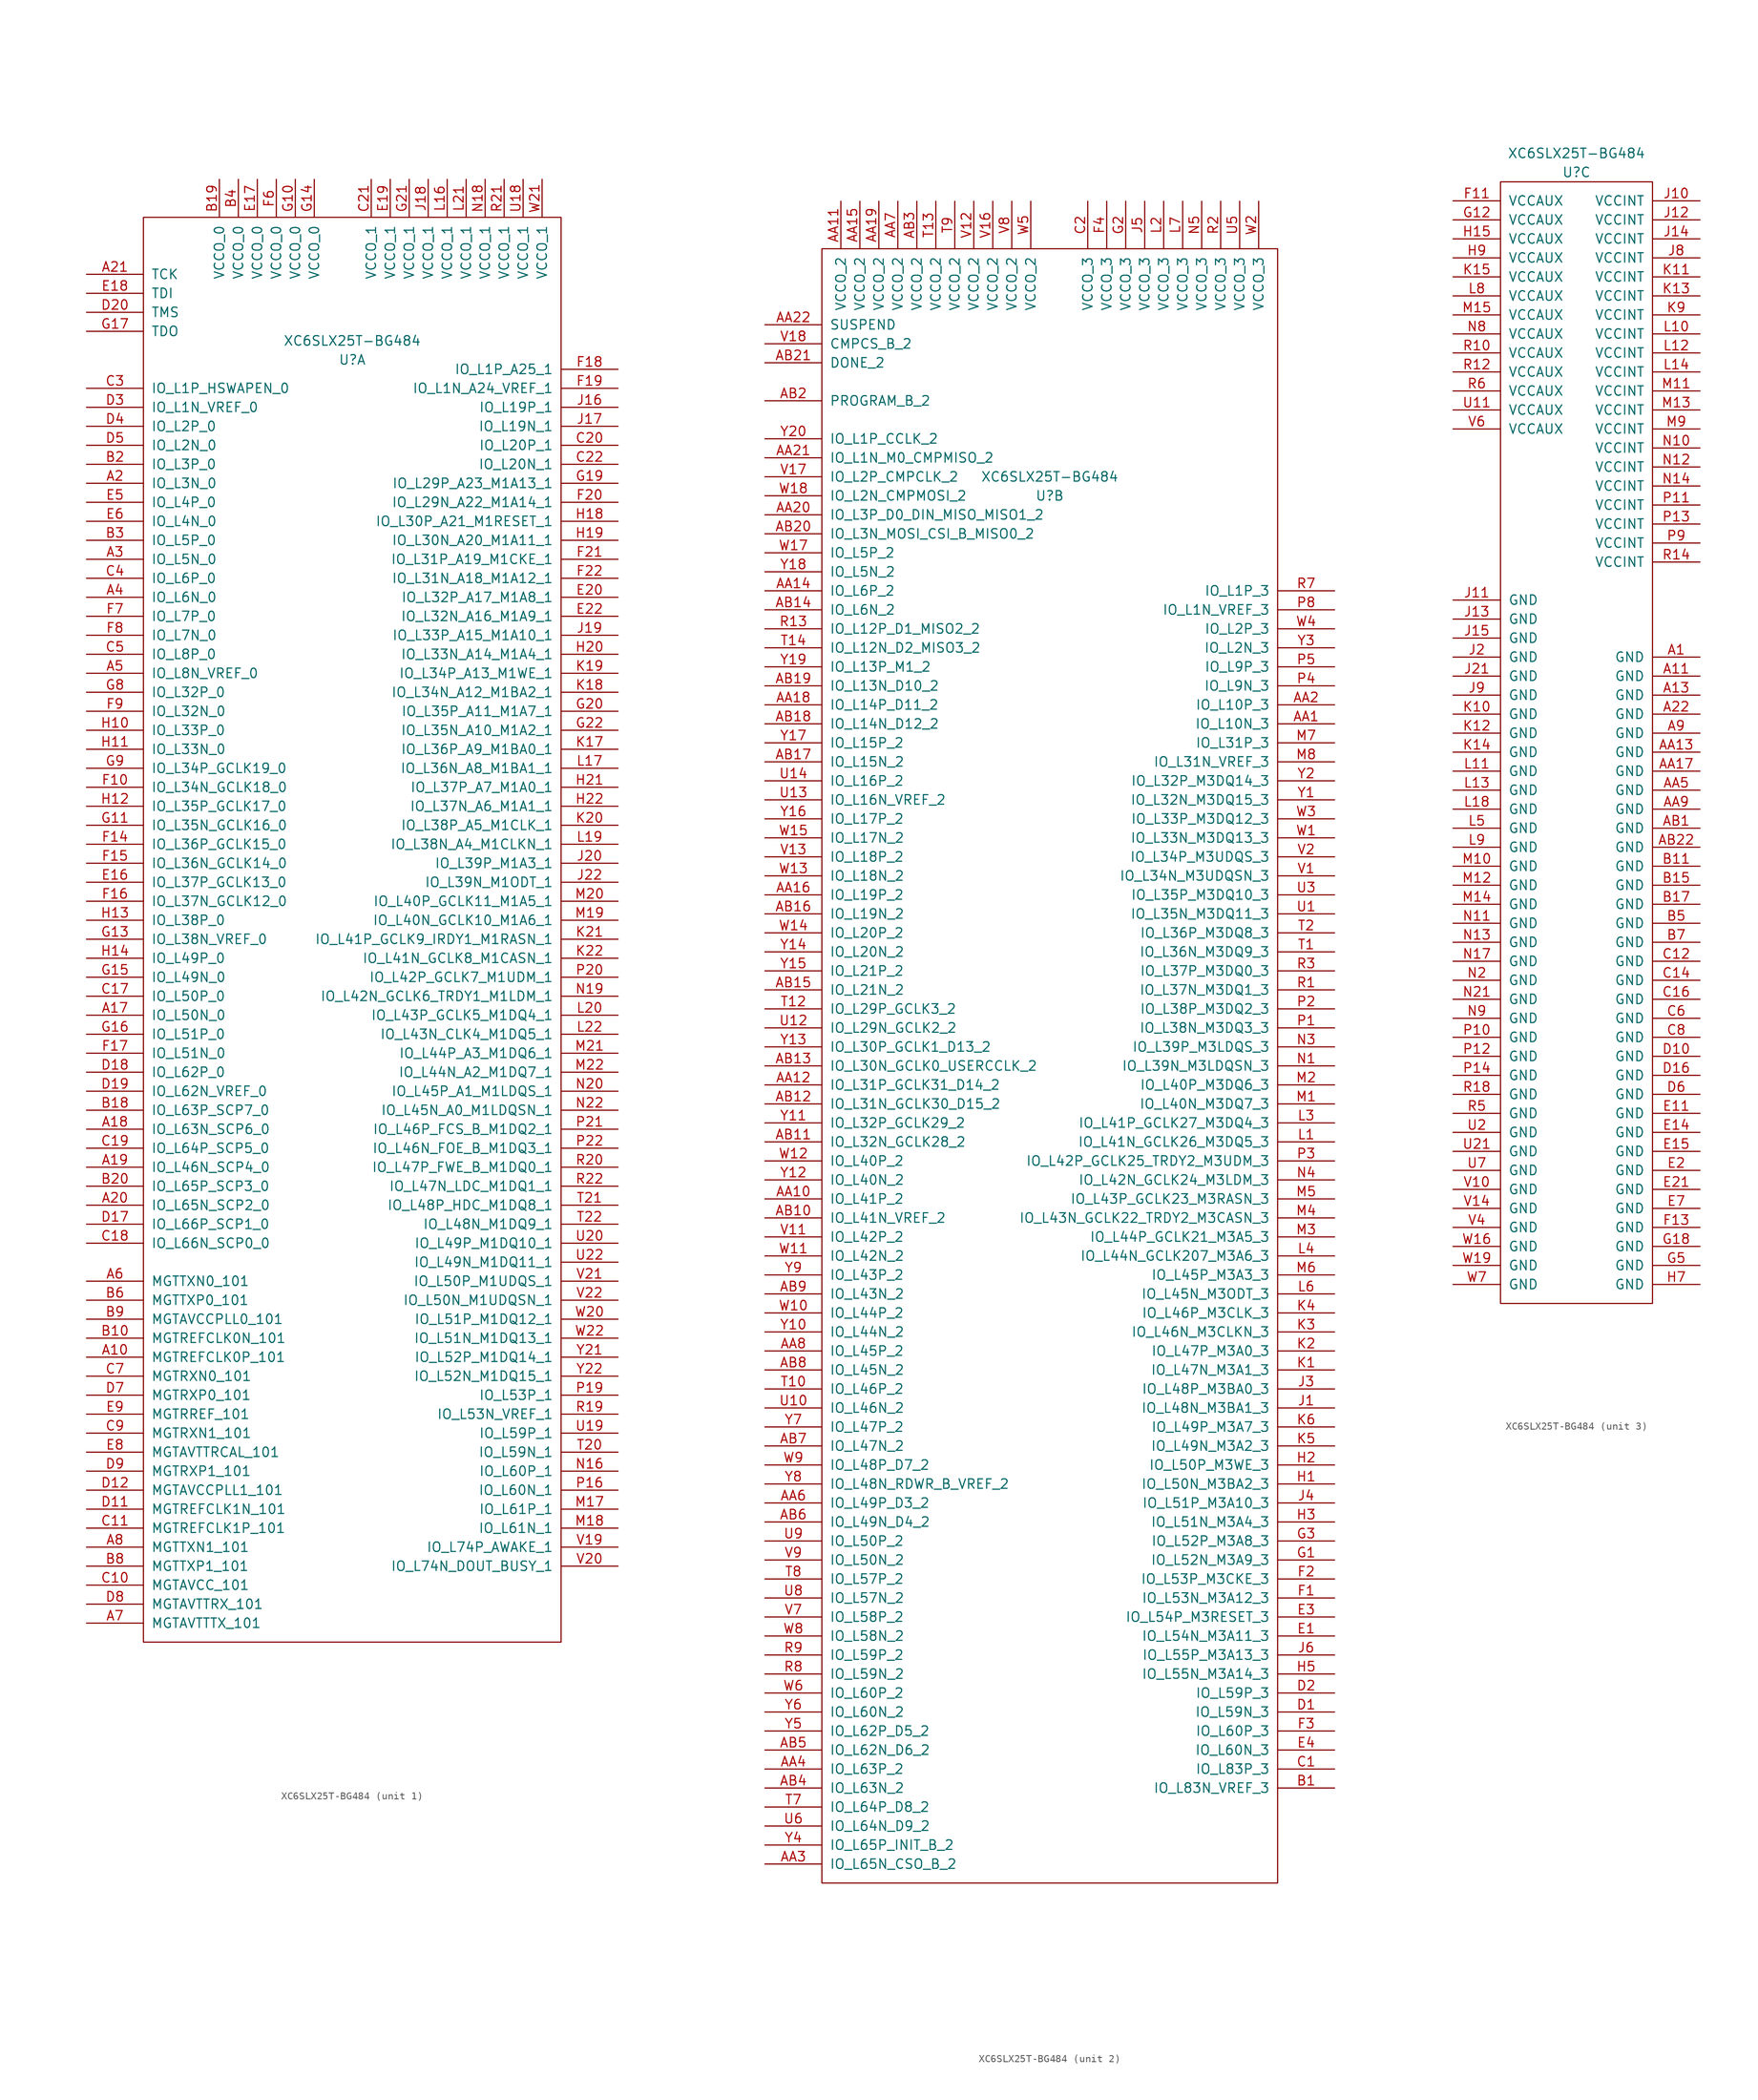
<source format=kicad_sym>
(kicad_symbol_lib
  (version 20201005)
  (generator kicad_symbol_editor)
  (symbol "XC6SLX25T-BG484"
    (pin_names
      (offset 1.016))
    (property "Reference" "U"
      (at 0 76.2 0)
      (effects (font (size 1.27 1.27))))
    (property "Value" "XC6SLX25T-BG484"
      (at 0 78.74 0)
      (effects (font (size 1.27 1.27))))
    (property "ki_locked" ""
      (at 0 0 0)
      (effects (font (size 1.27 1.27))))
    (symbol "XC6SLX25T-BG484_1_1"
      (rectangle (start -27.94 95.25) (end 27.94 -95.25) (stroke (width 0)) (fill (type none)))
      (pin input line (at -35.56 -57.15 0) (length 7.62) (name "MGTREFCLK0P_101" (effects (font (size 1.27 1.27)))) (number "A10" (effects (font (size 1.27 1.27)))))
      (pin bidirectional line (at -35.56 -11.43 0) (length 7.62) (name "IO_L50N_0" (effects (font (size 1.27 1.27)))) (number "A17" (effects (font (size 1.27 1.27)))))
      (pin bidirectional line (at -35.56 -26.67 0) (length 7.62) (name "IO_L63N_SCP6_0" (effects (font (size 1.27 1.27)))) (number "A18" (effects (font (size 1.27 1.27)))))
      (pin bidirectional line (at -35.56 -31.75 0) (length 7.62) (name "IO_L46N_SCP4_0" (effects (font (size 1.27 1.27)))) (number "A19" (effects (font (size 1.27 1.27)))))
      (pin bidirectional line (at -35.56 59.69 0) (length 7.62) (name "IO_L3N_0" (effects (font (size 1.27 1.27)))) (number "A2" (effects (font (size 1.27 1.27)))))
      (pin bidirectional line (at -35.56 -36.83 0) (length 7.62) (name "IO_L65N_SCP2_0" (effects (font (size 1.27 1.27)))) (number "A20" (effects (font (size 1.27 1.27)))))
      (pin input line (at -35.56 87.63 0) (length 7.62) (name "TCK" (effects (font (size 1.27 1.27)))) (number "A21" (effects (font (size 1.27 1.27)))))
      (pin bidirectional line (at -35.56 49.53 0) (length 7.62) (name "IO_L5N_0" (effects (font (size 1.27 1.27)))) (number "A3" (effects (font (size 1.27 1.27)))))
      (pin bidirectional line (at -35.56 44.45 0) (length 7.62) (name "IO_L6N_0" (effects (font (size 1.27 1.27)))) (number "A4" (effects (font (size 1.27 1.27)))))
      (pin bidirectional line (at -35.56 34.29 0) (length 7.62) (name "IO_L8N_VREF_0" (effects (font (size 1.27 1.27)))) (number "A5" (effects (font (size 1.27 1.27)))))
      (pin output line (at -35.56 -46.99 0) (length 7.62) (name "MGTTXN0_101" (effects (font (size 1.27 1.27)))) (number "A6" (effects (font (size 1.27 1.27)))))
      (pin passive line (at -35.56 -92.71 0) (length 7.62) (name "MGTAVTTTX_101" (effects (font (size 1.27 1.27)))) (number "A7" (effects (font (size 1.27 1.27)))))
      (pin output line (at -35.56 -82.55 0) (length 7.62) (name "MGTTXN1_101" (effects (font (size 1.27 1.27)))) (number "A8" (effects (font (size 1.27 1.27)))))
      (pin input line (at -35.56 -54.61 0) (length 7.62) (name "MGTREFCLK0N_101" (effects (font (size 1.27 1.27)))) (number "B10" (effects (font (size 1.27 1.27)))))
      (pin bidirectional line (at -35.56 -24.13 0) (length 7.62) (name "IO_L63P_SCP7_0" (effects (font (size 1.27 1.27)))) (number "B18" (effects (font (size 1.27 1.27)))))
      (pin power_in line (at -17.78 100.33 270) (length 5.08) (name "VCCO_0" (effects (font (size 1.27 1.27)))) (number "B19" (effects (font (size 1.27 1.27)))))
      (pin bidirectional line (at -35.56 62.23 0) (length 7.62) (name "IO_L3P_0" (effects (font (size 1.27 1.27)))) (number "B2" (effects (font (size 1.27 1.27)))))
      (pin bidirectional line (at -35.56 -34.29 0) (length 7.62) (name "IO_L65P_SCP3_0" (effects (font (size 1.27 1.27)))) (number "B20" (effects (font (size 1.27 1.27)))))
      (pin bidirectional line (at -35.56 52.07 0) (length 7.62) (name "IO_L5P_0" (effects (font (size 1.27 1.27)))) (number "B3" (effects (font (size 1.27 1.27)))))
      (pin power_in line (at -15.24 100.33 270) (length 5.08) (name "VCCO_0" (effects (font (size 1.27 1.27)))) (number "B4" (effects (font (size 1.27 1.27)))))
      (pin output line (at -35.56 -49.53 0) (length 7.62) (name "MGTTXP0_101" (effects (font (size 1.27 1.27)))) (number "B6" (effects (font (size 1.27 1.27)))))
      (pin output line (at -35.56 -85.09 0) (length 7.62) (name "MGTTXP1_101" (effects (font (size 1.27 1.27)))) (number "B8" (effects (font (size 1.27 1.27)))))
      (pin passive line (at -35.56 -52.07 0) (length 7.62) (name "MGTAVCCPLL0_101" (effects (font (size 1.27 1.27)))) (number "B9" (effects (font (size 1.27 1.27)))))
      (pin passive line (at -35.56 -87.63 0) (length 7.62) (name "MGTAVCC_101" (effects (font (size 1.27 1.27)))) (number "C10" (effects (font (size 1.27 1.27)))))
      (pin input line (at -35.56 -80.01 0) (length 7.62) (name "MGTREFCLK1P_101" (effects (font (size 1.27 1.27)))) (number "C11" (effects (font (size 1.27 1.27)))))
      (pin bidirectional line (at -35.56 -8.89 0) (length 7.62) (name "IO_L50P_0" (effects (font (size 1.27 1.27)))) (number "C17" (effects (font (size 1.27 1.27)))))
      (pin bidirectional line (at -35.56 -41.91 0) (length 7.62) (name "IO_L66N_SCP0_0" (effects (font (size 1.27 1.27)))) (number "C18" (effects (font (size 1.27 1.27)))))
      (pin bidirectional line (at -35.56 -29.21 0) (length 7.62) (name "IO_L64P_SCP5_0" (effects (font (size 1.27 1.27)))) (number "C19" (effects (font (size 1.27 1.27)))))
      (pin bidirectional line (at 35.56 64.77 180) (length 7.62) (name "IO_L20P_1" (effects (font (size 1.27 1.27)))) (number "C20" (effects (font (size 1.27 1.27)))))
      (pin power_in line (at 2.54 100.33 270) (length 5.08) (name "VCCO_1" (effects (font (size 1.27 1.27)))) (number "C21" (effects (font (size 1.27 1.27)))))
      (pin bidirectional line (at 35.56 62.23 180) (length 7.62) (name "IO_L20N_1" (effects (font (size 1.27 1.27)))) (number "C22" (effects (font (size 1.27 1.27)))))
      (pin bidirectional line (at -35.56 72.39 0) (length 7.62) (name "IO_L1P_HSWAPEN_0" (effects (font (size 1.27 1.27)))) (number "C3" (effects (font (size 1.27 1.27)))))
      (pin bidirectional line (at -35.56 46.99 0) (length 7.62) (name "IO_L6P_0" (effects (font (size 1.27 1.27)))) (number "C4" (effects (font (size 1.27 1.27)))))
      (pin bidirectional line (at -35.56 36.83 0) (length 7.62) (name "IO_L8P_0" (effects (font (size 1.27 1.27)))) (number "C5" (effects (font (size 1.27 1.27)))))
      (pin input line (at -35.56 -59.69 0) (length 7.62) (name "MGTRXN0_101" (effects (font (size 1.27 1.27)))) (number "C7" (effects (font (size 1.27 1.27)))))
      (pin input line (at -35.56 -67.31 0) (length 7.62) (name "MGTRXN1_101" (effects (font (size 1.27 1.27)))) (number "C9" (effects (font (size 1.27 1.27)))))
      (pin input line (at -35.56 -77.47 0) (length 7.62) (name "MGTREFCLK1N_101" (effects (font (size 1.27 1.27)))) (number "D11" (effects (font (size 1.27 1.27)))))
      (pin passive line (at -35.56 -74.93 0) (length 7.62) (name "MGTAVCCPLL1_101" (effects (font (size 1.27 1.27)))) (number "D12" (effects (font (size 1.27 1.27)))))
      (pin bidirectional line (at -35.56 -39.37 0) (length 7.62) (name "IO_L66P_SCP1_0" (effects (font (size 1.27 1.27)))) (number "D17" (effects (font (size 1.27 1.27)))))
      (pin bidirectional line (at -35.56 -19.05 0) (length 7.62) (name "IO_L62P_0" (effects (font (size 1.27 1.27)))) (number "D18" (effects (font (size 1.27 1.27)))))
      (pin bidirectional line (at -35.56 -21.59 0) (length 7.62) (name "IO_L62N_VREF_0" (effects (font (size 1.27 1.27)))) (number "D19" (effects (font (size 1.27 1.27)))))
      (pin input line (at -35.56 82.55 0) (length 7.62) (name "TMS" (effects (font (size 1.27 1.27)))) (number "D20" (effects (font (size 1.27 1.27)))))
      (pin bidirectional line (at -35.56 69.85 0) (length 7.62) (name "IO_L1N_VREF_0" (effects (font (size 1.27 1.27)))) (number "D3" (effects (font (size 1.27 1.27)))))
      (pin bidirectional line (at -35.56 67.31 0) (length 7.62) (name "IO_L2P_0" (effects (font (size 1.27 1.27)))) (number "D4" (effects (font (size 1.27 1.27)))))
      (pin bidirectional line (at -35.56 64.77 0) (length 7.62) (name "IO_L2N_0" (effects (font (size 1.27 1.27)))) (number "D5" (effects (font (size 1.27 1.27)))))
      (pin input line (at -35.56 -62.23 0) (length 7.62) (name "MGTRXP0_101" (effects (font (size 1.27 1.27)))) (number "D7" (effects (font (size 1.27 1.27)))))
      (pin passive line (at -35.56 -90.17 0) (length 7.62) (name "MGTAVTTRX_101" (effects (font (size 1.27 1.27)))) (number "D8" (effects (font (size 1.27 1.27)))))
      (pin input line (at -35.56 -72.39 0) (length 7.62) (name "MGTRXP1_101" (effects (font (size 1.27 1.27)))) (number "D9" (effects (font (size 1.27 1.27)))))
      (pin bidirectional line (at -35.56 6.35 0) (length 7.62) (name "IO_L37P_GCLK13_0" (effects (font (size 1.27 1.27)))) (number "E16" (effects (font (size 1.27 1.27)))))
      (pin power_in line (at -12.7 100.33 270) (length 5.08) (name "VCCO_0" (effects (font (size 1.27 1.27)))) (number "E17" (effects (font (size 1.27 1.27)))))
      (pin input line (at -35.56 85.09 0) (length 7.62) (name "TDI" (effects (font (size 1.27 1.27)))) (number "E18" (effects (font (size 1.27 1.27)))))
      (pin power_in line (at 5.08 100.33 270) (length 5.08) (name "VCCO_1" (effects (font (size 1.27 1.27)))) (number "E19" (effects (font (size 1.27 1.27)))))
      (pin bidirectional line (at 35.56 44.45 180) (length 7.62) (name "IO_L32P_A17_M1A8_1" (effects (font (size 1.27 1.27)))) (number "E20" (effects (font (size 1.27 1.27)))))
      (pin bidirectional line (at 35.56 41.91 180) (length 7.62) (name "IO_L32N_A16_M1A9_1" (effects (font (size 1.27 1.27)))) (number "E22" (effects (font (size 1.27 1.27)))))
      (pin bidirectional line (at -35.56 57.15 0) (length 7.62) (name "IO_L4P_0" (effects (font (size 1.27 1.27)))) (number "E5" (effects (font (size 1.27 1.27)))))
      (pin bidirectional line (at -35.56 54.61 0) (length 7.62) (name "IO_L4N_0" (effects (font (size 1.27 1.27)))) (number "E6" (effects (font (size 1.27 1.27)))))
      (pin passive line (at -35.56 -69.85 0) (length 7.62) (name "MGTAVTTRCAL_101" (effects (font (size 1.27 1.27)))) (number "E8" (effects (font (size 1.27 1.27)))))
      (pin input line (at -35.56 -64.77 0) (length 7.62) (name "MGTRREF_101" (effects (font (size 1.27 1.27)))) (number "E9" (effects (font (size 1.27 1.27)))))
      (pin bidirectional line (at -35.56 19.05 0) (length 7.62) (name "IO_L34N_GCLK18_0" (effects (font (size 1.27 1.27)))) (number "F10" (effects (font (size 1.27 1.27)))))
      (pin bidirectional line (at -35.56 11.43 0) (length 7.62) (name "IO_L36P_GCLK15_0" (effects (font (size 1.27 1.27)))) (number "F14" (effects (font (size 1.27 1.27)))))
      (pin bidirectional line (at -35.56 8.89 0) (length 7.62) (name "IO_L36N_GCLK14_0" (effects (font (size 1.27 1.27)))) (number "F15" (effects (font (size 1.27 1.27)))))
      (pin bidirectional line (at -35.56 3.81 0) (length 7.62) (name "IO_L37N_GCLK12_0" (effects (font (size 1.27 1.27)))) (number "F16" (effects (font (size 1.27 1.27)))))
      (pin bidirectional line (at -35.56 -16.51 0) (length 7.62) (name "IO_L51N_0" (effects (font (size 1.27 1.27)))) (number "F17" (effects (font (size 1.27 1.27)))))
      (pin bidirectional line (at 35.56 74.93 180) (length 7.62) (name "IO_L1P_A25_1" (effects (font (size 1.27 1.27)))) (number "F18" (effects (font (size 1.27 1.27)))))
      (pin bidirectional line (at 35.56 72.39 180) (length 7.62) (name "IO_L1N_A24_VREF_1" (effects (font (size 1.27 1.27)))) (number "F19" (effects (font (size 1.27 1.27)))))
      (pin bidirectional line (at 35.56 57.15 180) (length 7.62) (name "IO_L29N_A22_M1A14_1" (effects (font (size 1.27 1.27)))) (number "F20" (effects (font (size 1.27 1.27)))))
      (pin bidirectional line (at 35.56 49.53 180) (length 7.62) (name "IO_L31P_A19_M1CKE_1" (effects (font (size 1.27 1.27)))) (number "F21" (effects (font (size 1.27 1.27)))))
      (pin bidirectional line (at 35.56 46.99 180) (length 7.62) (name "IO_L31N_A18_M1A12_1" (effects (font (size 1.27 1.27)))) (number "F22" (effects (font (size 1.27 1.27)))))
      (pin power_in line (at -10.16 100.33 270) (length 5.08) (name "VCCO_0" (effects (font (size 1.27 1.27)))) (number "F6" (effects (font (size 1.27 1.27)))))
      (pin bidirectional line (at -35.56 41.91 0) (length 7.62) (name "IO_L7P_0" (effects (font (size 1.27 1.27)))) (number "F7" (effects (font (size 1.27 1.27)))))
      (pin bidirectional line (at -35.56 39.37 0) (length 7.62) (name "IO_L7N_0" (effects (font (size 1.27 1.27)))) (number "F8" (effects (font (size 1.27 1.27)))))
      (pin bidirectional line (at -35.56 29.21 0) (length 7.62) (name "IO_L32N_0" (effects (font (size 1.27 1.27)))) (number "F9" (effects (font (size 1.27 1.27)))))
      (pin power_in line (at -7.62 100.33 270) (length 5.08) (name "VCCO_0" (effects (font (size 1.27 1.27)))) (number "G10" (effects (font (size 1.27 1.27)))))
      (pin bidirectional line (at -35.56 13.97 0) (length 7.62) (name "IO_L35N_GCLK16_0" (effects (font (size 1.27 1.27)))) (number "G11" (effects (font (size 1.27 1.27)))))
      (pin bidirectional line (at -35.56 -1.27 0) (length 7.62) (name "IO_L38N_VREF_0" (effects (font (size 1.27 1.27)))) (number "G13" (effects (font (size 1.27 1.27)))))
      (pin power_in line (at -5.08 100.33 270) (length 5.08) (name "VCCO_0" (effects (font (size 1.27 1.27)))) (number "G14" (effects (font (size 1.27 1.27)))))
      (pin bidirectional line (at -35.56 -6.35 0) (length 7.62) (name "IO_L49N_0" (effects (font (size 1.27 1.27)))) (number "G15" (effects (font (size 1.27 1.27)))))
      (pin bidirectional line (at -35.56 -13.97 0) (length 7.62) (name "IO_L51P_0" (effects (font (size 1.27 1.27)))) (number "G16" (effects (font (size 1.27 1.27)))))
      (pin output line (at -35.56 80.01 0) (length 7.62) (name "TDO" (effects (font (size 1.27 1.27)))) (number "G17" (effects (font (size 1.27 1.27)))))
      (pin bidirectional line (at 35.56 59.69 180) (length 7.62) (name "IO_L29P_A23_M1A13_1" (effects (font (size 1.27 1.27)))) (number "G19" (effects (font (size 1.27 1.27)))))
      (pin bidirectional line (at 35.56 29.21 180) (length 7.62) (name "IO_L35P_A11_M1A7_1" (effects (font (size 1.27 1.27)))) (number "G20" (effects (font (size 1.27 1.27)))))
      (pin power_in line (at 7.62 100.33 270) (length 5.08) (name "VCCO_1" (effects (font (size 1.27 1.27)))) (number "G21" (effects (font (size 1.27 1.27)))))
      (pin bidirectional line (at 35.56 26.67 180) (length 7.62) (name "IO_L35N_A10_M1A2_1" (effects (font (size 1.27 1.27)))) (number "G22" (effects (font (size 1.27 1.27)))))
      (pin bidirectional line (at -35.56 31.75 0) (length 7.62) (name "IO_L32P_0" (effects (font (size 1.27 1.27)))) (number "G8" (effects (font (size 1.27 1.27)))))
      (pin bidirectional line (at -35.56 21.59 0) (length 7.62) (name "IO_L34P_GCLK19_0" (effects (font (size 1.27 1.27)))) (number "G9" (effects (font (size 1.27 1.27)))))
      (pin bidirectional line (at -35.56 26.67 0) (length 7.62) (name "IO_L33P_0" (effects (font (size 1.27 1.27)))) (number "H10" (effects (font (size 1.27 1.27)))))
      (pin bidirectional line (at -35.56 24.13 0) (length 7.62) (name "IO_L33N_0" (effects (font (size 1.27 1.27)))) (number "H11" (effects (font (size 1.27 1.27)))))
      (pin bidirectional line (at -35.56 16.51 0) (length 7.62) (name "IO_L35P_GCLK17_0" (effects (font (size 1.27 1.27)))) (number "H12" (effects (font (size 1.27 1.27)))))
      (pin bidirectional line (at -35.56 1.27 0) (length 7.62) (name "IO_L38P_0" (effects (font (size 1.27 1.27)))) (number "H13" (effects (font (size 1.27 1.27)))))
      (pin bidirectional line (at -35.56 -3.81 0) (length 7.62) (name "IO_L49P_0" (effects (font (size 1.27 1.27)))) (number "H14" (effects (font (size 1.27 1.27)))))
      (pin bidirectional line (at 35.56 54.61 180) (length 7.62) (name "IO_L30P_A21_M1RESET_1" (effects (font (size 1.27 1.27)))) (number "H18" (effects (font (size 1.27 1.27)))))
      (pin bidirectional line (at 35.56 52.07 180) (length 7.62) (name "IO_L30N_A20_M1A11_1" (effects (font (size 1.27 1.27)))) (number "H19" (effects (font (size 1.27 1.27)))))
      (pin bidirectional line (at 35.56 36.83 180) (length 7.62) (name "IO_L33N_A14_M1A4_1" (effects (font (size 1.27 1.27)))) (number "H20" (effects (font (size 1.27 1.27)))))
      (pin bidirectional line (at 35.56 19.05 180) (length 7.62) (name "IO_L37P_A7_M1A0_1" (effects (font (size 1.27 1.27)))) (number "H21" (effects (font (size 1.27 1.27)))))
      (pin bidirectional line (at 35.56 16.51 180) (length 7.62) (name "IO_L37N_A6_M1A1_1" (effects (font (size 1.27 1.27)))) (number "H22" (effects (font (size 1.27 1.27)))))
      (pin bidirectional line (at 35.56 69.85 180) (length 7.62) (name "IO_L19P_1" (effects (font (size 1.27 1.27)))) (number "J16" (effects (font (size 1.27 1.27)))))
      (pin bidirectional line (at 35.56 67.31 180) (length 7.62) (name "IO_L19N_1" (effects (font (size 1.27 1.27)))) (number "J17" (effects (font (size 1.27 1.27)))))
      (pin power_in line (at 10.16 100.33 270) (length 5.08) (name "VCCO_1" (effects (font (size 1.27 1.27)))) (number "J18" (effects (font (size 1.27 1.27)))))
      (pin bidirectional line (at 35.56 39.37 180) (length 7.62) (name "IO_L33P_A15_M1A10_1" (effects (font (size 1.27 1.27)))) (number "J19" (effects (font (size 1.27 1.27)))))
      (pin bidirectional line (at 35.56 8.89 180) (length 7.62) (name "IO_L39P_M1A3_1" (effects (font (size 1.27 1.27)))) (number "J20" (effects (font (size 1.27 1.27)))))
      (pin bidirectional line (at 35.56 6.35 180) (length 7.62) (name "IO_L39N_M1ODT_1" (effects (font (size 1.27 1.27)))) (number "J22" (effects (font (size 1.27 1.27)))))
      (pin input line (at 35.56 24.13 180) (length 7.62) (name "IO_L36P_A9_M1BA0_1" (effects (font (size 1.27 1.27)))) (number "K17" (effects (font (size 1.27 1.27)))))
      (pin bidirectional line (at 35.56 31.75 180) (length 7.62) (name "IO_L34N_A12_M1BA2_1" (effects (font (size 1.27 1.27)))) (number "K18" (effects (font (size 1.27 1.27)))))
      (pin bidirectional line (at 35.56 34.29 180) (length 7.62) (name "IO_L34P_A13_M1WE_1" (effects (font (size 1.27 1.27)))) (number "K19" (effects (font (size 1.27 1.27)))))
      (pin bidirectional line (at 35.56 13.97 180) (length 7.62) (name "IO_L38P_A5_M1CLK_1" (effects (font (size 1.27 1.27)))) (number "K20" (effects (font (size 1.27 1.27)))))
      (pin bidirectional line (at 35.56 -1.27 180) (length 7.62) (name "IO_L41P_GCLK9_IRDY1_M1RASN_1" (effects (font (size 1.27 1.27)))) (number "K21" (effects (font (size 1.27 1.27)))))
      (pin bidirectional line (at 35.56 -3.81 180) (length 7.62) (name "IO_L41N_GCLK8_M1CASN_1" (effects (font (size 1.27 1.27)))) (number "K22" (effects (font (size 1.27 1.27)))))
      (pin power_in line (at 12.7 100.33 270) (length 5.08) (name "VCCO_1" (effects (font (size 1.27 1.27)))) (number "L16" (effects (font (size 1.27 1.27)))))
      (pin bidirectional line (at 35.56 21.59 180) (length 7.62) (name "IO_L36N_A8_M1BA1_1" (effects (font (size 1.27 1.27)))) (number "L17" (effects (font (size 1.27 1.27)))))
      (pin bidirectional line (at 35.56 11.43 180) (length 7.62) (name "IO_L38N_A4_M1CLKN_1" (effects (font (size 1.27 1.27)))) (number "L19" (effects (font (size 1.27 1.27)))))
      (pin bidirectional line (at 35.56 -11.43 180) (length 7.62) (name "IO_L43P_GCLK5_M1DQ4_1" (effects (font (size 1.27 1.27)))) (number "L20" (effects (font (size 1.27 1.27)))))
      (pin power_in line (at 15.24 100.33 270) (length 5.08) (name "VCCO_1" (effects (font (size 1.27 1.27)))) (number "L21" (effects (font (size 1.27 1.27)))))
      (pin bidirectional line (at 35.56 -13.97 180) (length 7.62) (name "IO_L43N_CLK4_M1DQ5_1" (effects (font (size 1.27 1.27)))) (number "L22" (effects (font (size 1.27 1.27)))))
      (pin bidirectional line (at 35.56 -77.47 180) (length 7.62) (name "IO_L61P_1" (effects (font (size 1.27 1.27)))) (number "M17" (effects (font (size 1.27 1.27)))))
      (pin bidirectional line (at 35.56 -80.01 180) (length 7.62) (name "IO_L61N_1" (effects (font (size 1.27 1.27)))) (number "M18" (effects (font (size 1.27 1.27)))))
      (pin bidirectional line (at 35.56 1.27 180) (length 7.62) (name "IO_L40N_GCLK10_M1A6_1" (effects (font (size 1.27 1.27)))) (number "M19" (effects (font (size 1.27 1.27)))))
      (pin bidirectional line (at 35.56 3.81 180) (length 7.62) (name "IO_L40P_GCLK11_M1A5_1" (effects (font (size 1.27 1.27)))) (number "M20" (effects (font (size 1.27 1.27)))))
      (pin bidirectional line (at 35.56 -16.51 180) (length 7.62) (name "IO_L44P_A3_M1DQ6_1" (effects (font (size 1.27 1.27)))) (number "M21" (effects (font (size 1.27 1.27)))))
      (pin bidirectional line (at 35.56 -19.05 180) (length 7.62) (name "IO_L44N_A2_M1DQ7_1" (effects (font (size 1.27 1.27)))) (number "M22" (effects (font (size 1.27 1.27)))))
      (pin bidirectional line (at 35.56 -72.39 180) (length 7.62) (name "IO_L60P_1" (effects (font (size 1.27 1.27)))) (number "N16" (effects (font (size 1.27 1.27)))))
      (pin power_in line (at 17.78 100.33 270) (length 5.08) (name "VCCO_1" (effects (font (size 1.27 1.27)))) (number "N18" (effects (font (size 1.27 1.27)))))
      (pin bidirectional line (at 35.56 -8.89 180) (length 7.62) (name "IO_L42N_GCLK6_TRDY1_M1LDM_1" (effects (font (size 1.27 1.27)))) (number "N19" (effects (font (size 1.27 1.27)))))
      (pin bidirectional line (at 35.56 -21.59 180) (length 7.62) (name "IO_L45P_A1_M1LDQS_1" (effects (font (size 1.27 1.27)))) (number "N20" (effects (font (size 1.27 1.27)))))
      (pin bidirectional line (at 35.56 -24.13 180) (length 7.62) (name "IO_L45N_A0_M1LDQSN_1" (effects (font (size 1.27 1.27)))) (number "N22" (effects (font (size 1.27 1.27)))))
      (pin bidirectional line (at 35.56 -74.93 180) (length 7.62) (name "IO_L60N_1" (effects (font (size 1.27 1.27)))) (number "P16" (effects (font (size 1.27 1.27)))))
      (pin bidirectional line (at 35.56 -62.23 180) (length 7.62) (name "IO_L53P_1" (effects (font (size 1.27 1.27)))) (number "P19" (effects (font (size 1.27 1.27)))))
      (pin bidirectional line (at 35.56 -6.35 180) (length 7.62) (name "IO_L42P_GCLK7_M1UDM_1" (effects (font (size 1.27 1.27)))) (number "P20" (effects (font (size 1.27 1.27)))))
      (pin bidirectional line (at 35.56 -26.67 180) (length 7.62) (name "IO_L46P_FCS_B_M1DQ2_1" (effects (font (size 1.27 1.27)))) (number "P21" (effects (font (size 1.27 1.27)))))
      (pin bidirectional line (at 35.56 -29.21 180) (length 7.62) (name "IO_L46N_FOE_B_M1DQ3_1" (effects (font (size 1.27 1.27)))) (number "P22" (effects (font (size 1.27 1.27)))))
      (pin bidirectional line (at 35.56 -64.77 180) (length 7.62) (name "IO_L53N_VREF_1" (effects (font (size 1.27 1.27)))) (number "R19" (effects (font (size 1.27 1.27)))))
      (pin bidirectional line (at 35.56 -31.75 180) (length 7.62) (name "IO_L47P_FWE_B_M1DQ0_1" (effects (font (size 1.27 1.27)))) (number "R20" (effects (font (size 1.27 1.27)))))
      (pin power_in line (at 20.32 100.33 270) (length 5.08) (name "VCCO_1" (effects (font (size 1.27 1.27)))) (number "R21" (effects (font (size 1.27 1.27)))))
      (pin bidirectional line (at 35.56 -34.29 180) (length 7.62) (name "IO_L47N_LDC_M1DQ1_1" (effects (font (size 1.27 1.27)))) (number "R22" (effects (font (size 1.27 1.27)))))
      (pin bidirectional line (at 35.56 -69.85 180) (length 7.62) (name "IO_L59N_1" (effects (font (size 1.27 1.27)))) (number "T20" (effects (font (size 1.27 1.27)))))
      (pin bidirectional line (at 35.56 -36.83 180) (length 7.62) (name "IO_L48P_HDC_M1DQ8_1" (effects (font (size 1.27 1.27)))) (number "T21" (effects (font (size 1.27 1.27)))))
      (pin bidirectional line (at 35.56 -39.37 180) (length 7.62) (name "IO_L48N_M1DQ9_1" (effects (font (size 1.27 1.27)))) (number "T22" (effects (font (size 1.27 1.27)))))
      (pin power_in line (at 22.86 100.33 270) (length 5.08) (name "VCCO_1" (effects (font (size 1.27 1.27)))) (number "U18" (effects (font (size 1.27 1.27)))))
      (pin bidirectional line (at 35.56 -67.31 180) (length 7.62) (name "IO_L59P_1" (effects (font (size 1.27 1.27)))) (number "U19" (effects (font (size 1.27 1.27)))))
      (pin bidirectional line (at 35.56 -41.91 180) (length 7.62) (name "IO_L49P_M1DQ10_1" (effects (font (size 1.27 1.27)))) (number "U20" (effects (font (size 1.27 1.27)))))
      (pin bidirectional line (at 35.56 -44.45 180) (length 7.62) (name "IO_L49N_M1DQ11_1" (effects (font (size 1.27 1.27)))) (number "U22" (effects (font (size 1.27 1.27)))))
      (pin bidirectional line (at 35.56 -82.55 180) (length 7.62) (name "IO_L74P_AWAKE_1" (effects (font (size 1.27 1.27)))) (number "V19" (effects (font (size 1.27 1.27)))))
      (pin bidirectional line (at 35.56 -85.09 180) (length 7.62) (name "IO_L74N_DOUT_BUSY_1" (effects (font (size 1.27 1.27)))) (number "V20" (effects (font (size 1.27 1.27)))))
      (pin bidirectional line (at 35.56 -46.99 180) (length 7.62) (name "IO_L50P_M1UDQS_1" (effects (font (size 1.27 1.27)))) (number "V21" (effects (font (size 1.27 1.27)))))
      (pin bidirectional line (at 35.56 -49.53 180) (length 7.62) (name "IO_L50N_M1UDQSN_1" (effects (font (size 1.27 1.27)))) (number "V22" (effects (font (size 1.27 1.27)))))
      (pin bidirectional line (at 35.56 -52.07 180) (length 7.62) (name "IO_L51P_M1DQ12_1" (effects (font (size 1.27 1.27)))) (number "W20" (effects (font (size 1.27 1.27)))))
      (pin power_in line (at 25.4 100.33 270) (length 5.08) (name "VCCO_1" (effects (font (size 1.27 1.27)))) (number "W21" (effects (font (size 1.27 1.27)))))
      (pin bidirectional line (at 35.56 -54.61 180) (length 7.62) (name "IO_L51N_M1DQ13_1" (effects (font (size 1.27 1.27)))) (number "W22" (effects (font (size 1.27 1.27)))))
      (pin bidirectional line (at 35.56 -57.15 180) (length 7.62) (name "IO_L52P_M1DQ14_1" (effects (font (size 1.27 1.27)))) (number "Y21" (effects (font (size 1.27 1.27)))))
      (pin bidirectional line (at 35.56 -59.69 180) (length 7.62) (name "IO_L52N_M1DQ15_1" (effects (font (size 1.27 1.27)))) (number "Y22" (effects (font (size 1.27 1.27))))))
    (symbol "XC6SLX25T-BG484_2_1"
      (rectangle (start -30.48 109.22) (end 30.48 -109.22) (stroke (width 0)) (fill (type none)))
      (pin bidirectional line (at 38.1 45.72 180) (length 7.62) (name "IO_L10N_3" (effects (font (size 1.27 1.27)))) (number "AA1" (effects (font (size 1.27 1.27)))))
      (pin bidirectional line (at -38.1 -17.78 0) (length 7.62) (name "IO_L41P_2" (effects (font (size 1.27 1.27)))) (number "AA10" (effects (font (size 1.27 1.27)))))
      (pin power_in line (at -27.94 115.57 270) (length 6.35) (name "VCCO_2" (effects (font (size 1.27 1.27)))) (number "AA11" (effects (font (size 1.27 1.27)))))
      (pin bidirectional line (at -38.1 -2.54 0) (length 7.62) (name "IO_L31P_GCLK31_D14_2" (effects (font (size 1.27 1.27)))) (number "AA12" (effects (font (size 1.27 1.27)))))
      (pin bidirectional line (at -38.1 63.5 0) (length 7.62) (name "IO_L6P_2" (effects (font (size 1.27 1.27)))) (number "AA14" (effects (font (size 1.27 1.27)))))
      (pin power_in line (at -25.4 115.57 270) (length 6.35) (name "VCCO_2" (effects (font (size 1.27 1.27)))) (number "AA15" (effects (font (size 1.27 1.27)))))
      (pin bidirectional line (at -38.1 22.86 0) (length 7.62) (name "IO_L19P_2" (effects (font (size 1.27 1.27)))) (number "AA16" (effects (font (size 1.27 1.27)))))
      (pin bidirectional line (at -38.1 48.26 0) (length 7.62) (name "IO_L14P_D11_2" (effects (font (size 1.27 1.27)))) (number "AA18" (effects (font (size 1.27 1.27)))))
      (pin power_in line (at -22.86 115.57 270) (length 6.35) (name "VCCO_2" (effects (font (size 1.27 1.27)))) (number "AA19" (effects (font (size 1.27 1.27)))))
      (pin bidirectional line (at 38.1 48.26 180) (length 7.62) (name "IO_L10P_3" (effects (font (size 1.27 1.27)))) (number "AA2" (effects (font (size 1.27 1.27)))))
      (pin bidirectional line (at -38.1 73.66 0) (length 7.62) (name "IO_L3P_D0_DIN_MISO_MISO1_2" (effects (font (size 1.27 1.27)))) (number "AA20" (effects (font (size 1.27 1.27)))))
      (pin bidirectional line (at -38.1 81.28 0) (length 7.62) (name "IO_L1N_M0_CMPMISO_2" (effects (font (size 1.27 1.27)))) (number "AA21" (effects (font (size 1.27 1.27)))))
      (pin input line (at -38.1 99.06 0) (length 7.62) (name "SUSPEND" (effects (font (size 1.27 1.27)))) (number "AA22" (effects (font (size 1.27 1.27)))))
      (pin bidirectional line (at -38.1 -106.68 0) (length 7.62) (name "IO_L65N_CSO_B_2" (effects (font (size 1.27 1.27)))) (number "AA3" (effects (font (size 1.27 1.27)))))
      (pin bidirectional line (at -38.1 -93.98 0) (length 7.62) (name "IO_L63P_2" (effects (font (size 1.27 1.27)))) (number "AA4" (effects (font (size 1.27 1.27)))))
      (pin bidirectional line (at -38.1 -58.42 0) (length 7.62) (name "IO_L49P_D3_2" (effects (font (size 1.27 1.27)))) (number "AA6" (effects (font (size 1.27 1.27)))))
      (pin power_in line (at -20.32 115.57 270) (length 6.35) (name "VCCO_2" (effects (font (size 1.27 1.27)))) (number "AA7" (effects (font (size 1.27 1.27)))))
      (pin bidirectional line (at -38.1 -38.1 0) (length 7.62) (name "IO_L45P_2" (effects (font (size 1.27 1.27)))) (number "AA8" (effects (font (size 1.27 1.27)))))
      (pin bidirectional line (at -38.1 -20.32 0) (length 7.62) (name "IO_L41N_VREF_2" (effects (font (size 1.27 1.27)))) (number "AB10" (effects (font (size 1.27 1.27)))))
      (pin bidirectional line (at -38.1 -10.16 0) (length 7.62) (name "IO_L32N_GCLK28_2" (effects (font (size 1.27 1.27)))) (number "AB11" (effects (font (size 1.27 1.27)))))
      (pin bidirectional line (at -38.1 -5.08 0) (length 7.62) (name "IO_L31N_GCLK30_D15_2" (effects (font (size 1.27 1.27)))) (number "AB12" (effects (font (size 1.27 1.27)))))
      (pin bidirectional line (at -38.1 0 0) (length 7.62) (name "IO_L30N_GCLK0_USERCCLK_2" (effects (font (size 1.27 1.27)))) (number "AB13" (effects (font (size 1.27 1.27)))))
      (pin bidirectional line (at -38.1 60.96 0) (length 7.62) (name "IO_L6N_2" (effects (font (size 1.27 1.27)))) (number "AB14" (effects (font (size 1.27 1.27)))))
      (pin bidirectional line (at -38.1 10.16 0) (length 7.62) (name "IO_L21N_2" (effects (font (size 1.27 1.27)))) (number "AB15" (effects (font (size 1.27 1.27)))))
      (pin bidirectional line (at -38.1 20.32 0) (length 7.62) (name "IO_L19N_2" (effects (font (size 1.27 1.27)))) (number "AB16" (effects (font (size 1.27 1.27)))))
      (pin bidirectional line (at -38.1 40.64 0) (length 7.62) (name "IO_L15N_2" (effects (font (size 1.27 1.27)))) (number "AB17" (effects (font (size 1.27 1.27)))))
      (pin bidirectional line (at -38.1 45.72 0) (length 7.62) (name "IO_L14N_D12_2" (effects (font (size 1.27 1.27)))) (number "AB18" (effects (font (size 1.27 1.27)))))
      (pin bidirectional line (at -38.1 50.8 0) (length 7.62) (name "IO_L13N_D10_2" (effects (font (size 1.27 1.27)))) (number "AB19" (effects (font (size 1.27 1.27)))))
      (pin input line (at -38.1 88.9 0) (length 7.62) (name "PROGRAM_B_2" (effects (font (size 1.27 1.27)))) (number "AB2" (effects (font (size 1.27 1.27)))))
      (pin bidirectional line (at -38.1 71.12 0) (length 7.62) (name "IO_L3N_MOSI_CSI_B_MISO0_2" (effects (font (size 1.27 1.27)))) (number "AB20" (effects (font (size 1.27 1.27)))))
      (pin bidirectional line (at -38.1 93.98 0) (length 7.62) (name "DONE_2" (effects (font (size 1.27 1.27)))) (number "AB21" (effects (font (size 1.27 1.27)))))
      (pin power_in line (at -17.78 115.57 270) (length 6.35) (name "VCCO_2" (effects (font (size 1.27 1.27)))) (number "AB3" (effects (font (size 1.27 1.27)))))
      (pin bidirectional line (at -38.1 -96.52 0) (length 7.62) (name "IO_L63N_2" (effects (font (size 1.27 1.27)))) (number "AB4" (effects (font (size 1.27 1.27)))))
      (pin bidirectional line (at -38.1 -91.44 0) (length 7.62) (name "IO_L62N_D6_2" (effects (font (size 1.27 1.27)))) (number "AB5" (effects (font (size 1.27 1.27)))))
      (pin bidirectional line (at -38.1 -60.96 0) (length 7.62) (name "IO_L49N_D4_2" (effects (font (size 1.27 1.27)))) (number "AB6" (effects (font (size 1.27 1.27)))))
      (pin bidirectional line (at -38.1 -50.8 0) (length 7.62) (name "IO_L47N_2" (effects (font (size 1.27 1.27)))) (number "AB7" (effects (font (size 1.27 1.27)))))
      (pin bidirectional line (at -38.1 -40.64 0) (length 7.62) (name "IO_L45N_2" (effects (font (size 1.27 1.27)))) (number "AB8" (effects (font (size 1.27 1.27)))))
      (pin bidirectional line (at -38.1 -30.48 0) (length 7.62) (name "IO_L43N_2" (effects (font (size 1.27 1.27)))) (number "AB9" (effects (font (size 1.27 1.27)))))
      (pin bidirectional line (at 38.1 -96.52 180) (length 7.62) (name "IO_L83N_VREF_3" (effects (font (size 1.27 1.27)))) (number "B1" (effects (font (size 1.27 1.27)))))
      (pin bidirectional line (at 38.1 -93.98 180) (length 7.62) (name "IO_L83P_3" (effects (font (size 1.27 1.27)))) (number "C1" (effects (font (size 1.27 1.27)))))
      (pin power_in line (at 5.08 115.57 270) (length 6.35) (name "VCCO_3" (effects (font (size 1.27 1.27)))) (number "C2" (effects (font (size 1.27 1.27)))))
      (pin bidirectional line (at 38.1 -86.36 180) (length 7.62) (name "IO_L59N_3" (effects (font (size 1.27 1.27)))) (number "D1" (effects (font (size 1.27 1.27)))))
      (pin bidirectional line (at 38.1 -83.82 180) (length 7.62) (name "IO_L59P_3" (effects (font (size 1.27 1.27)))) (number "D2" (effects (font (size 1.27 1.27)))))
      (pin bidirectional line (at 38.1 -76.2 180) (length 7.62) (name "IO_L54N_M3A11_3" (effects (font (size 1.27 1.27)))) (number "E1" (effects (font (size 1.27 1.27)))))
      (pin bidirectional line (at 38.1 -73.66 180) (length 7.62) (name "IO_L54P_M3RESET_3" (effects (font (size 1.27 1.27)))) (number "E3" (effects (font (size 1.27 1.27)))))
      (pin bidirectional line (at 38.1 -91.44 180) (length 7.62) (name "IO_L60N_3" (effects (font (size 1.27 1.27)))) (number "E4" (effects (font (size 1.27 1.27)))))
      (pin bidirectional line (at 38.1 -71.12 180) (length 7.62) (name "IO_L53N_M3A12_3" (effects (font (size 1.27 1.27)))) (number "F1" (effects (font (size 1.27 1.27)))))
      (pin bidirectional line (at 38.1 -68.58 180) (length 7.62) (name "IO_L53P_M3CKE_3" (effects (font (size 1.27 1.27)))) (number "F2" (effects (font (size 1.27 1.27)))))
      (pin bidirectional line (at 38.1 -88.9 180) (length 7.62) (name "IO_L60P_3" (effects (font (size 1.27 1.27)))) (number "F3" (effects (font (size 1.27 1.27)))))
      (pin power_in line (at 7.62 115.57 270) (length 6.35) (name "VCCO_3" (effects (font (size 1.27 1.27)))) (number "F4" (effects (font (size 1.27 1.27)))))
      (pin bidirectional line (at 38.1 -66.04 180) (length 7.62) (name "IO_L52N_M3A9_3" (effects (font (size 1.27 1.27)))) (number "G1" (effects (font (size 1.27 1.27)))))
      (pin power_in line (at 10.16 115.57 270) (length 6.35) (name "VCCO_3" (effects (font (size 1.27 1.27)))) (number "G2" (effects (font (size 1.27 1.27)))))
      (pin bidirectional line (at 38.1 -63.5 180) (length 7.62) (name "IO_L52P_M3A8_3" (effects (font (size 1.27 1.27)))) (number "G3" (effects (font (size 1.27 1.27)))))
      (pin bidirectional line (at 38.1 -55.88 180) (length 7.62) (name "IO_L50N_M3BA2_3" (effects (font (size 1.27 1.27)))) (number "H1" (effects (font (size 1.27 1.27)))))
      (pin bidirectional line (at 38.1 -53.34 180) (length 7.62) (name "IO_L50P_M3WE_3" (effects (font (size 1.27 1.27)))) (number "H2" (effects (font (size 1.27 1.27)))))
      (pin bidirectional line (at 38.1 -60.96 180) (length 7.62) (name "IO_L51N_M3A4_3" (effects (font (size 1.27 1.27)))) (number "H3" (effects (font (size 1.27 1.27)))))
      (pin bidirectional line (at 38.1 -81.28 180) (length 7.62) (name "IO_L55N_M3A14_3" (effects (font (size 1.27 1.27)))) (number "H5" (effects (font (size 1.27 1.27)))))
      (pin bidirectional line (at 38.1 -45.72 180) (length 7.62) (name "IO_L48N_M3BA1_3" (effects (font (size 1.27 1.27)))) (number "J1" (effects (font (size 1.27 1.27)))))
      (pin bidirectional line (at 38.1 -43.18 180) (length 7.62) (name "IO_L48P_M3BA0_3" (effects (font (size 1.27 1.27)))) (number "J3" (effects (font (size 1.27 1.27)))))
      (pin bidirectional line (at 38.1 -58.42 180) (length 7.62) (name "IO_L51P_M3A10_3" (effects (font (size 1.27 1.27)))) (number "J4" (effects (font (size 1.27 1.27)))))
      (pin power_in line (at 12.7 115.57 270) (length 6.35) (name "VCCO_3" (effects (font (size 1.27 1.27)))) (number "J5" (effects (font (size 1.27 1.27)))))
      (pin bidirectional line (at 38.1 -78.74 180) (length 7.62) (name "IO_L55P_M3A13_3" (effects (font (size 1.27 1.27)))) (number "J6" (effects (font (size 1.27 1.27)))))
      (pin bidirectional line (at 38.1 -40.64 180) (length 7.62) (name "IO_L47N_M3A1_3" (effects (font (size 1.27 1.27)))) (number "K1" (effects (font (size 1.27 1.27)))))
      (pin bidirectional line (at 38.1 -38.1 180) (length 7.62) (name "IO_L47P_M3A0_3" (effects (font (size 1.27 1.27)))) (number "K2" (effects (font (size 1.27 1.27)))))
      (pin bidirectional line (at 38.1 -35.56 180) (length 7.62) (name "IO_L46N_M3CLKN_3" (effects (font (size 1.27 1.27)))) (number "K3" (effects (font (size 1.27 1.27)))))
      (pin bidirectional line (at 38.1 -33.02 180) (length 7.62) (name "IO_L46P_M3CLK_3" (effects (font (size 1.27 1.27)))) (number "K4" (effects (font (size 1.27 1.27)))))
      (pin bidirectional line (at 38.1 -50.8 180) (length 7.62) (name "IO_L49N_M3A2_3" (effects (font (size 1.27 1.27)))) (number "K5" (effects (font (size 1.27 1.27)))))
      (pin bidirectional line (at 38.1 -48.26 180) (length 7.62) (name "IO_L49P_M3A7_3" (effects (font (size 1.27 1.27)))) (number "K6" (effects (font (size 1.27 1.27)))))
      (pin bidirectional line (at 38.1 -10.16 180) (length 7.62) (name "IO_L41N_GCLK26_M3DQ5_3" (effects (font (size 1.27 1.27)))) (number "L1" (effects (font (size 1.27 1.27)))))
      (pin power_in line (at 15.24 115.57 270) (length 6.35) (name "VCCO_3" (effects (font (size 1.27 1.27)))) (number "L2" (effects (font (size 1.27 1.27)))))
      (pin bidirectional line (at 38.1 -7.62 180) (length 7.62) (name "IO_L41P_GCLK27_M3DQ4_3" (effects (font (size 1.27 1.27)))) (number "L3" (effects (font (size 1.27 1.27)))))
      (pin bidirectional line (at 38.1 -25.4 180) (length 7.62) (name "IO_L44N_GCLK207_M3A6_3" (effects (font (size 1.27 1.27)))) (number "L4" (effects (font (size 1.27 1.27)))))
      (pin bidirectional line (at 38.1 -30.48 180) (length 7.62) (name "IO_L45N_M3ODT_3" (effects (font (size 1.27 1.27)))) (number "L6" (effects (font (size 1.27 1.27)))))
      (pin power_in line (at 17.78 115.57 270) (length 6.35) (name "VCCO_3" (effects (font (size 1.27 1.27)))) (number "L7" (effects (font (size 1.27 1.27)))))
      (pin bidirectional line (at 38.1 -5.08 180) (length 7.62) (name "IO_L40N_M3DQ7_3" (effects (font (size 1.27 1.27)))) (number "M1" (effects (font (size 1.27 1.27)))))
      (pin bidirectional line (at 38.1 -2.54 180) (length 7.62) (name "IO_L40P_M3DQ6_3" (effects (font (size 1.27 1.27)))) (number "M2" (effects (font (size 1.27 1.27)))))
      (pin bidirectional line (at 38.1 -22.86 180) (length 7.62) (name "IO_L44P_GCLK21_M3A5_3" (effects (font (size 1.27 1.27)))) (number "M3" (effects (font (size 1.27 1.27)))))
      (pin bidirectional line (at 38.1 -20.32 180) (length 7.62) (name "IO_L43N_GCLK22_TRDY2_M3CASN_3" (effects (font (size 1.27 1.27)))) (number "M4" (effects (font (size 1.27 1.27)))))
      (pin bidirectional line (at 38.1 -17.78 180) (length 7.62) (name "IO_L43P_GCLK23_M3RASN_3" (effects (font (size 1.27 1.27)))) (number "M5" (effects (font (size 1.27 1.27)))))
      (pin bidirectional line (at 38.1 -27.94 180) (length 7.62) (name "IO_L45P_M3A3_3" (effects (font (size 1.27 1.27)))) (number "M6" (effects (font (size 1.27 1.27)))))
      (pin bidirectional line (at 38.1 43.18 180) (length 7.62) (name "IO_L31P_3" (effects (font (size 1.27 1.27)))) (number "M7" (effects (font (size 1.27 1.27)))))
      (pin bidirectional line (at 38.1 40.64 180) (length 7.62) (name "IO_L31N_VREF_3" (effects (font (size 1.27 1.27)))) (number "M8" (effects (font (size 1.27 1.27)))))
      (pin bidirectional line (at 38.1 0 180) (length 7.62) (name "IO_L39N_M3LDQSN_3" (effects (font (size 1.27 1.27)))) (number "N1" (effects (font (size 1.27 1.27)))))
      (pin bidirectional line (at 38.1 2.54 180) (length 7.62) (name "IO_L39P_M3LDQS_3" (effects (font (size 1.27 1.27)))) (number "N3" (effects (font (size 1.27 1.27)))))
      (pin bidirectional line (at 38.1 -15.24 180) (length 7.62) (name "IO_L42N_GCLK24_M3LDM_3" (effects (font (size 1.27 1.27)))) (number "N4" (effects (font (size 1.27 1.27)))))
      (pin power_in line (at 20.32 115.57 270) (length 6.35) (name "VCCO_3" (effects (font (size 1.27 1.27)))) (number "N5" (effects (font (size 1.27 1.27)))))
      (pin bidirectional line (at 38.1 5.08 180) (length 7.62) (name "IO_L38N_M3DQ3_3" (effects (font (size 1.27 1.27)))) (number "P1" (effects (font (size 1.27 1.27)))))
      (pin bidirectional line (at 38.1 7.62 180) (length 7.62) (name "IO_L38P_M3DQ2_3" (effects (font (size 1.27 1.27)))) (number "P2" (effects (font (size 1.27 1.27)))))
      (pin bidirectional line (at 38.1 -12.7 180) (length 7.62) (name "IO_L42P_GCLK25_TRDY2_M3UDM_3" (effects (font (size 1.27 1.27)))) (number "P3" (effects (font (size 1.27 1.27)))))
      (pin bidirectional line (at 38.1 50.8 180) (length 7.62) (name "IO_L9N_3" (effects (font (size 1.27 1.27)))) (number "P4" (effects (font (size 1.27 1.27)))))
      (pin bidirectional line (at 38.1 53.34 180) (length 7.62) (name "IO_L9P_3" (effects (font (size 1.27 1.27)))) (number "P5" (effects (font (size 1.27 1.27)))))
      (pin bidirectional line (at 38.1 60.96 180) (length 7.62) (name "IO_L1N_VREF_3" (effects (font (size 1.27 1.27)))) (number "P8" (effects (font (size 1.27 1.27)))))
      (pin bidirectional line (at 38.1 10.16 180) (length 7.62) (name "IO_L37N_M3DQ1_3" (effects (font (size 1.27 1.27)))) (number "R1" (effects (font (size 1.27 1.27)))))
      (pin bidirectional line (at -38.1 58.42 0) (length 7.62) (name "IO_L12P_D1_MISO2_2" (effects (font (size 1.27 1.27)))) (number "R13" (effects (font (size 1.27 1.27)))))
      (pin power_in line (at 22.86 115.57 270) (length 6.35) (name "VCCO_3" (effects (font (size 1.27 1.27)))) (number "R2" (effects (font (size 1.27 1.27)))))
      (pin bidirectional line (at 38.1 12.7 180) (length 7.62) (name "IO_L37P_M3DQ0_3" (effects (font (size 1.27 1.27)))) (number "R3" (effects (font (size 1.27 1.27)))))
      (pin bidirectional line (at 38.1 63.5 180) (length 7.62) (name "IO_L1P_3" (effects (font (size 1.27 1.27)))) (number "R7" (effects (font (size 1.27 1.27)))))
      (pin bidirectional line (at -38.1 -81.28 0) (length 7.62) (name "IO_L59N_2" (effects (font (size 1.27 1.27)))) (number "R8" (effects (font (size 1.27 1.27)))))
      (pin bidirectional line (at -38.1 -78.74 0) (length 7.62) (name "IO_L59P_2" (effects (font (size 1.27 1.27)))) (number "R9" (effects (font (size 1.27 1.27)))))
      (pin bidirectional line (at 38.1 15.24 180) (length 7.62) (name "IO_L36N_M3DQ9_3" (effects (font (size 1.27 1.27)))) (number "T1" (effects (font (size 1.27 1.27)))))
      (pin bidirectional line (at -38.1 -43.18 0) (length 7.62) (name "IO_L46P_2" (effects (font (size 1.27 1.27)))) (number "T10" (effects (font (size 1.27 1.27)))))
      (pin bidirectional line (at -38.1 7.62 0) (length 7.62) (name "IO_L29P_GCLK3_2" (effects (font (size 1.27 1.27)))) (number "T12" (effects (font (size 1.27 1.27)))))
      (pin power_in line (at -15.24 115.57 270) (length 6.35) (name "VCCO_2" (effects (font (size 1.27 1.27)))) (number "T13" (effects (font (size 1.27 1.27)))))
      (pin bidirectional line (at -38.1 55.88 0) (length 7.62) (name "IO_L12N_D2_MISO3_2" (effects (font (size 1.27 1.27)))) (number "T14" (effects (font (size 1.27 1.27)))))
      (pin bidirectional line (at 38.1 17.78 180) (length 7.62) (name "IO_L36P_M3DQ8_3" (effects (font (size 1.27 1.27)))) (number "T2" (effects (font (size 1.27 1.27)))))
      (pin bidirectional line (at -38.1 -99.06 0) (length 7.62) (name "IO_L64P_D8_2" (effects (font (size 1.27 1.27)))) (number "T7" (effects (font (size 1.27 1.27)))))
      (pin bidirectional line (at -38.1 -68.58 0) (length 7.62) (name "IO_L57P_2" (effects (font (size 1.27 1.27)))) (number "T8" (effects (font (size 1.27 1.27)))))
      (pin power_in line (at -12.7 115.57 270) (length 6.35) (name "VCCO_2" (effects (font (size 1.27 1.27)))) (number "T9" (effects (font (size 1.27 1.27)))))
      (pin bidirectional line (at 38.1 20.32 180) (length 7.62) (name "IO_L35N_M3DQ11_3" (effects (font (size 1.27 1.27)))) (number "U1" (effects (font (size 1.27 1.27)))))
      (pin bidirectional line (at -38.1 -45.72 0) (length 7.62) (name "IO_L46N_2" (effects (font (size 1.27 1.27)))) (number "U10" (effects (font (size 1.27 1.27)))))
      (pin bidirectional line (at -38.1 5.08 0) (length 7.62) (name "IO_L29N_GCLK2_2" (effects (font (size 1.27 1.27)))) (number "U12" (effects (font (size 1.27 1.27)))))
      (pin bidirectional line (at -38.1 35.56 0) (length 7.62) (name "IO_L16N_VREF_2" (effects (font (size 1.27 1.27)))) (number "U13" (effects (font (size 1.27 1.27)))))
      (pin bidirectional line (at -38.1 38.1 0) (length 7.62) (name "IO_L16P_2" (effects (font (size 1.27 1.27)))) (number "U14" (effects (font (size 1.27 1.27)))))
      (pin bidirectional line (at 38.1 22.86 180) (length 7.62) (name "IO_L35P_M3DQ10_3" (effects (font (size 1.27 1.27)))) (number "U3" (effects (font (size 1.27 1.27)))))
      (pin power_in line (at 25.4 115.57 270) (length 6.35) (name "VCCO_3" (effects (font (size 1.27 1.27)))) (number "U5" (effects (font (size 1.27 1.27)))))
      (pin bidirectional line (at -38.1 -101.6 0) (length 7.62) (name "IO_L64N_D9_2" (effects (font (size 1.27 1.27)))) (number "U6" (effects (font (size 1.27 1.27)))))
      (pin bidirectional line (at -38.1 -71.12 0) (length 7.62) (name "IO_L57N_2" (effects (font (size 1.27 1.27)))) (number "U8" (effects (font (size 1.27 1.27)))))
      (pin bidirectional line (at -38.1 -63.5 0) (length 7.62) (name "IO_L50P_2" (effects (font (size 1.27 1.27)))) (number "U9" (effects (font (size 1.27 1.27)))))
      (pin bidirectional line (at 38.1 25.4 180) (length 7.62) (name "IO_L34N_M3UDQSN_3" (effects (font (size 1.27 1.27)))) (number "V1" (effects (font (size 1.27 1.27)))))
      (pin bidirectional line (at -38.1 -22.86 0) (length 7.62) (name "IO_L42P_2" (effects (font (size 1.27 1.27)))) (number "V11" (effects (font (size 1.27 1.27)))))
      (pin power_in line (at -10.16 115.57 270) (length 6.35) (name "VCCO_2" (effects (font (size 1.27 1.27)))) (number "V12" (effects (font (size 1.27 1.27)))))
      (pin bidirectional line (at -38.1 27.94 0) (length 7.62) (name "IO_L18P_2" (effects (font (size 1.27 1.27)))) (number "V13" (effects (font (size 1.27 1.27)))))
      (pin power_in line (at -7.62 115.57 270) (length 6.35) (name "VCCO_2" (effects (font (size 1.27 1.27)))) (number "V16" (effects (font (size 1.27 1.27)))))
      (pin bidirectional line (at -38.1 78.74 0) (length 7.62) (name "IO_L2P_CMPCLK_2" (effects (font (size 1.27 1.27)))) (number "V17" (effects (font (size 1.27 1.27)))))
      (pin input line (at -38.1 96.52 0) (length 7.62) (name "CMPCS_B_2" (effects (font (size 1.27 1.27)))) (number "V18" (effects (font (size 1.27 1.27)))))
      (pin bidirectional line (at 38.1 27.94 180) (length 7.62) (name "IO_L34P_M3UDQS_3" (effects (font (size 1.27 1.27)))) (number "V2" (effects (font (size 1.27 1.27)))))
      (pin bidirectional line (at -38.1 -73.66 0) (length 7.62) (name "IO_L58P_2" (effects (font (size 1.27 1.27)))) (number "V7" (effects (font (size 1.27 1.27)))))
      (pin power_in line (at -5.08 115.57 270) (length 6.35) (name "VCCO_2" (effects (font (size 1.27 1.27)))) (number "V8" (effects (font (size 1.27 1.27)))))
      (pin bidirectional line (at -38.1 -66.04 0) (length 7.62) (name "IO_L50N_2" (effects (font (size 1.27 1.27)))) (number "V9" (effects (font (size 1.27 1.27)))))
      (pin bidirectional line (at 38.1 30.48 180) (length 7.62) (name "IO_L33N_M3DQ13_3" (effects (font (size 1.27 1.27)))) (number "W1" (effects (font (size 1.27 1.27)))))
      (pin bidirectional line (at -38.1 -33.02 0) (length 7.62) (name "IO_L44P_2" (effects (font (size 1.27 1.27)))) (number "W10" (effects (font (size 1.27 1.27)))))
      (pin bidirectional line (at -38.1 -25.4 0) (length 7.62) (name "IO_L42N_2" (effects (font (size 1.27 1.27)))) (number "W11" (effects (font (size 1.27 1.27)))))
      (pin bidirectional line (at -38.1 -12.7 0) (length 7.62) (name "IO_L40P_2" (effects (font (size 1.27 1.27)))) (number "W12" (effects (font (size 1.27 1.27)))))
      (pin bidirectional line (at -38.1 25.4 0) (length 7.62) (name "IO_L18N_2" (effects (font (size 1.27 1.27)))) (number "W13" (effects (font (size 1.27 1.27)))))
      (pin bidirectional line (at -38.1 17.78 0) (length 7.62) (name "IO_L20P_2" (effects (font (size 1.27 1.27)))) (number "W14" (effects (font (size 1.27 1.27)))))
      (pin bidirectional line (at -38.1 30.48 0) (length 7.62) (name "IO_L17N_2" (effects (font (size 1.27 1.27)))) (number "W15" (effects (font (size 1.27 1.27)))))
      (pin bidirectional line (at -38.1 68.58 0) (length 7.62) (name "IO_L5P_2" (effects (font (size 1.27 1.27)))) (number "W17" (effects (font (size 1.27 1.27)))))
      (pin bidirectional line (at -38.1 76.2 0) (length 7.62) (name "IO_L2N_CMPMOSI_2" (effects (font (size 1.27 1.27)))) (number "W18" (effects (font (size 1.27 1.27)))))
      (pin power_in line (at 27.94 115.57 270) (length 6.35) (name "VCCO_3" (effects (font (size 1.27 1.27)))) (number "W2" (effects (font (size 1.27 1.27)))))
      (pin bidirectional line (at 38.1 33.02 180) (length 7.62) (name "IO_L33P_M3DQ12_3" (effects (font (size 1.27 1.27)))) (number "W3" (effects (font (size 1.27 1.27)))))
      (pin bidirectional line (at 38.1 58.42 180) (length 7.62) (name "IO_L2P_3" (effects (font (size 1.27 1.27)))) (number "W4" (effects (font (size 1.27 1.27)))))
      (pin power_in line (at -2.54 115.57 270) (length 6.35) (name "VCCO_2" (effects (font (size 1.27 1.27)))) (number "W5" (effects (font (size 1.27 1.27)))))
      (pin bidirectional line (at -38.1 -83.82 0) (length 7.62) (name "IO_L60P_2" (effects (font (size 1.27 1.27)))) (number "W6" (effects (font (size 1.27 1.27)))))
      (pin bidirectional line (at -38.1 -76.2 0) (length 7.62) (name "IO_L58N_2" (effects (font (size 1.27 1.27)))) (number "W8" (effects (font (size 1.27 1.27)))))
      (pin bidirectional line (at -38.1 -53.34 0) (length 7.62) (name "IO_L48P_D7_2" (effects (font (size 1.27 1.27)))) (number "W9" (effects (font (size 1.27 1.27)))))
      (pin bidirectional line (at 38.1 35.56 180) (length 7.62) (name "IO_L32N_M3DQ15_3" (effects (font (size 1.27 1.27)))) (number "Y1" (effects (font (size 1.27 1.27)))))
      (pin bidirectional line (at -38.1 -35.56 0) (length 7.62) (name "IO_L44N_2" (effects (font (size 1.27 1.27)))) (number "Y10" (effects (font (size 1.27 1.27)))))
      (pin bidirectional line (at -38.1 -7.62 0) (length 7.62) (name "IO_L32P_GCLK29_2" (effects (font (size 1.27 1.27)))) (number "Y11" (effects (font (size 1.27 1.27)))))
      (pin bidirectional line (at -38.1 -15.24 0) (length 7.62) (name "IO_L40N_2" (effects (font (size 1.27 1.27)))) (number "Y12" (effects (font (size 1.27 1.27)))))
      (pin bidirectional line (at -38.1 2.54 0) (length 7.62) (name "IO_L30P_GCLK1_D13_2" (effects (font (size 1.27 1.27)))) (number "Y13" (effects (font (size 1.27 1.27)))))
      (pin bidirectional line (at -38.1 15.24 0) (length 7.62) (name "IO_L20N_2" (effects (font (size 1.27 1.27)))) (number "Y14" (effects (font (size 1.27 1.27)))))
      (pin bidirectional line (at -38.1 12.7 0) (length 7.62) (name "IO_L21P_2" (effects (font (size 1.27 1.27)))) (number "Y15" (effects (font (size 1.27 1.27)))))
      (pin bidirectional line (at -38.1 33.02 0) (length 7.62) (name "IO_L17P_2" (effects (font (size 1.27 1.27)))) (number "Y16" (effects (font (size 1.27 1.27)))))
      (pin bidirectional line (at -38.1 43.18 0) (length 7.62) (name "IO_L15P_2" (effects (font (size 1.27 1.27)))) (number "Y17" (effects (font (size 1.27 1.27)))))
      (pin bidirectional line (at -38.1 66.04 0) (length 7.62) (name "IO_L5N_2" (effects (font (size 1.27 1.27)))) (number "Y18" (effects (font (size 1.27 1.27)))))
      (pin bidirectional line (at -38.1 53.34 0) (length 7.62) (name "IO_L13P_M1_2" (effects (font (size 1.27 1.27)))) (number "Y19" (effects (font (size 1.27 1.27)))))
      (pin bidirectional line (at 38.1 38.1 180) (length 7.62) (name "IO_L32P_M3DQ14_3" (effects (font (size 1.27 1.27)))) (number "Y2" (effects (font (size 1.27 1.27)))))
      (pin bidirectional line (at -38.1 83.82 0) (length 7.62) (name "IO_L1P_CCLK_2" (effects (font (size 1.27 1.27)))) (number "Y20" (effects (font (size 1.27 1.27)))))
      (pin bidirectional line (at 38.1 55.88 180) (length 7.62) (name "IO_L2N_3" (effects (font (size 1.27 1.27)))) (number "Y3" (effects (font (size 1.27 1.27)))))
      (pin bidirectional line (at -38.1 -104.14 0) (length 7.62) (name "IO_L65P_INIT_B_2" (effects (font (size 1.27 1.27)))) (number "Y4" (effects (font (size 1.27 1.27)))))
      (pin bidirectional line (at -38.1 -88.9 0) (length 7.62) (name "IO_L62P_D5_2" (effects (font (size 1.27 1.27)))) (number "Y5" (effects (font (size 1.27 1.27)))))
      (pin bidirectional line (at -38.1 -86.36 0) (length 7.62) (name "IO_L60N_2" (effects (font (size 1.27 1.27)))) (number "Y6" (effects (font (size 1.27 1.27)))))
      (pin bidirectional line (at -38.1 -48.26 0) (length 7.62) (name "IO_L47P_2" (effects (font (size 1.27 1.27)))) (number "Y7" (effects (font (size 1.27 1.27)))))
      (pin bidirectional line (at -38.1 -55.88 0) (length 7.62) (name "IO_L48N_RDWR_B_VREF_2" (effects (font (size 1.27 1.27)))) (number "Y8" (effects (font (size 1.27 1.27)))))
      (pin bidirectional line (at -38.1 -27.94 0) (length 7.62) (name "IO_L43P_2" (effects (font (size 1.27 1.27)))) (number "Y9" (effects (font (size 1.27 1.27))))))
    (symbol "XC6SLX25T-BG484_3_1"
      (rectangle (start -10.16 74.93) (end 10.16 -74.93) (stroke (width 0)) (fill (type none)))
      (pin power_in line (at 16.51 11.43 180) (length 6.35) (name "GND" (effects (font (size 1.27 1.27)))) (number "A1" (effects (font (size 1.27 1.27)))))
      (pin power_in line (at 16.51 8.89 180) (length 6.35) (name "GND" (effects (font (size 1.27 1.27)))) (number "A11" (effects (font (size 1.27 1.27)))))
      (pin power_in line (at 16.51 6.35 180) (length 6.35) (name "GND" (effects (font (size 1.27 1.27)))) (number "A13" (effects (font (size 1.27 1.27)))))
      (pin power_in line (at 16.51 3.81 180) (length 6.35) (name "GND" (effects (font (size 1.27 1.27)))) (number "A22" (effects (font (size 1.27 1.27)))))
      (pin power_in line (at 16.51 1.27 180) (length 6.35) (name "GND" (effects (font (size 1.27 1.27)))) (number "A9" (effects (font (size 1.27 1.27)))))
      (pin power_in line (at 16.51 -1.27 180) (length 6.35) (name "GND" (effects (font (size 1.27 1.27)))) (number "AA13" (effects (font (size 1.27 1.27)))))
      (pin power_in line (at 16.51 -3.81 180) (length 6.35) (name "GND" (effects (font (size 1.27 1.27)))) (number "AA17" (effects (font (size 1.27 1.27)))))
      (pin power_in line (at 16.51 -6.35 180) (length 6.35) (name "GND" (effects (font (size 1.27 1.27)))) (number "AA5" (effects (font (size 1.27 1.27)))))
      (pin power_in line (at 16.51 -8.89 180) (length 6.35) (name "GND" (effects (font (size 1.27 1.27)))) (number "AA9" (effects (font (size 1.27 1.27)))))
      (pin power_in line (at 16.51 -11.43 180) (length 6.35) (name "GND" (effects (font (size 1.27 1.27)))) (number "AB1" (effects (font (size 1.27 1.27)))))
      (pin power_in line (at 16.51 -13.97 180) (length 6.35) (name "GND" (effects (font (size 1.27 1.27)))) (number "AB22" (effects (font (size 1.27 1.27)))))
      (pin power_in line (at 16.51 -16.51 180) (length 6.35) (name "GND" (effects (font (size 1.27 1.27)))) (number "B11" (effects (font (size 1.27 1.27)))))
      (pin power_in line (at 16.51 -19.05 180) (length 6.35) (name "GND" (effects (font (size 1.27 1.27)))) (number "B15" (effects (font (size 1.27 1.27)))))
      (pin power_in line (at 16.51 -21.59 180) (length 6.35) (name "GND" (effects (font (size 1.27 1.27)))) (number "B17" (effects (font (size 1.27 1.27)))))
      (pin power_in line (at 16.51 -24.13 180) (length 6.35) (name "GND" (effects (font (size 1.27 1.27)))) (number "B5" (effects (font (size 1.27 1.27)))))
      (pin power_in line (at 16.51 -26.67 180) (length 6.35) (name "GND" (effects (font (size 1.27 1.27)))) (number "B7" (effects (font (size 1.27 1.27)))))
      (pin power_in line (at 16.51 -29.21 180) (length 6.35) (name "GND" (effects (font (size 1.27 1.27)))) (number "C12" (effects (font (size 1.27 1.27)))))
      (pin power_in line (at 16.51 -31.75 180) (length 6.35) (name "GND" (effects (font (size 1.27 1.27)))) (number "C14" (effects (font (size 1.27 1.27)))))
      (pin power_in line (at 16.51 -34.29 180) (length 6.35) (name "GND" (effects (font (size 1.27 1.27)))) (number "C16" (effects (font (size 1.27 1.27)))))
      (pin power_in line (at 16.51 -36.83 180) (length 6.35) (name "GND" (effects (font (size 1.27 1.27)))) (number "C6" (effects (font (size 1.27 1.27)))))
      (pin power_in line (at 16.51 -39.37 180) (length 6.35) (name "GND" (effects (font (size 1.27 1.27)))) (number "C8" (effects (font (size 1.27 1.27)))))
      (pin power_in line (at 16.51 -41.91 180) (length 6.35) (name "GND" (effects (font (size 1.27 1.27)))) (number "D10" (effects (font (size 1.27 1.27)))))
      (pin power_in line (at 16.51 -44.45 180) (length 6.35) (name "GND" (effects (font (size 1.27 1.27)))) (number "D16" (effects (font (size 1.27 1.27)))))
      (pin power_in line (at 16.51 -46.99 180) (length 6.35) (name "GND" (effects (font (size 1.27 1.27)))) (number "D6" (effects (font (size 1.27 1.27)))))
      (pin power_in line (at 16.51 -49.53 180) (length 6.35) (name "GND" (effects (font (size 1.27 1.27)))) (number "E11" (effects (font (size 1.27 1.27)))))
      (pin power_in line (at 16.51 -52.07 180) (length 6.35) (name "GND" (effects (font (size 1.27 1.27)))) (number "E14" (effects (font (size 1.27 1.27)))))
      (pin power_in line (at 16.51 -54.61 180) (length 6.35) (name "GND" (effects (font (size 1.27 1.27)))) (number "E15" (effects (font (size 1.27 1.27)))))
      (pin power_in line (at 16.51 -57.15 180) (length 6.35) (name "GND" (effects (font (size 1.27 1.27)))) (number "E2" (effects (font (size 1.27 1.27)))))
      (pin power_in line (at 16.51 -59.69 180) (length 6.35) (name "GND" (effects (font (size 1.27 1.27)))) (number "E21" (effects (font (size 1.27 1.27)))))
      (pin power_in line (at 16.51 -62.23 180) (length 6.35) (name "GND" (effects (font (size 1.27 1.27)))) (number "E7" (effects (font (size 1.27 1.27)))))
      (pin power_in line (at -16.51 72.39 0) (length 6.35) (name "VCCAUX" (effects (font (size 1.27 1.27)))) (number "F11" (effects (font (size 1.27 1.27)))))
      (pin power_in line (at 16.51 -64.77 180) (length 6.35) (name "GND" (effects (font (size 1.27 1.27)))) (number "F13" (effects (font (size 1.27 1.27)))))
      (pin power_in line (at -16.51 69.85 0) (length 6.35) (name "VCCAUX" (effects (font (size 1.27 1.27)))) (number "G12" (effects (font (size 1.27 1.27)))))
      (pin power_in line (at 16.51 -67.31 180) (length 6.35) (name "GND" (effects (font (size 1.27 1.27)))) (number "G18" (effects (font (size 1.27 1.27)))))
      (pin power_in line (at 16.51 -69.85 180) (length 6.35) (name "GND" (effects (font (size 1.27 1.27)))) (number "G5" (effects (font (size 1.27 1.27)))))
      (pin power_in line (at -16.51 67.31 0) (length 6.35) (name "VCCAUX" (effects (font (size 1.27 1.27)))) (number "H15" (effects (font (size 1.27 1.27)))))
      (pin power_in line (at 16.51 -72.39 180) (length 6.35) (name "GND" (effects (font (size 1.27 1.27)))) (number "H7" (effects (font (size 1.27 1.27)))))
      (pin power_in line (at -16.51 64.77 0) (length 6.35) (name "VCCAUX" (effects (font (size 1.27 1.27)))) (number "H9" (effects (font (size 1.27 1.27)))))
      (pin power_in line (at 16.51 72.39 180) (length 6.35) (name "VCCINT" (effects (font (size 1.27 1.27)))) (number "J10" (effects (font (size 1.27 1.27)))))
      (pin power_in line (at -16.51 19.05 0) (length 6.35) (name "GND" (effects (font (size 1.27 1.27)))) (number "J11" (effects (font (size 1.27 1.27)))))
      (pin power_in line (at 16.51 69.85 180) (length 6.35) (name "VCCINT" (effects (font (size 1.27 1.27)))) (number "J12" (effects (font (size 1.27 1.27)))))
      (pin power_in line (at -16.51 16.51 0) (length 6.35) (name "GND" (effects (font (size 1.27 1.27)))) (number "J13" (effects (font (size 1.27 1.27)))))
      (pin power_in line (at 16.51 67.31 180) (length 6.35) (name "VCCINT" (effects (font (size 1.27 1.27)))) (number "J14" (effects (font (size 1.27 1.27)))))
      (pin power_in line (at -16.51 13.97 0) (length 6.35) (name "GND" (effects (font (size 1.27 1.27)))) (number "J15" (effects (font (size 1.27 1.27)))))
      (pin power_in line (at -16.51 11.43 0) (length 6.35) (name "GND" (effects (font (size 1.27 1.27)))) (number "J2" (effects (font (size 1.27 1.27)))))
      (pin power_in line (at -16.51 8.89 0) (length 6.35) (name "GND" (effects (font (size 1.27 1.27)))) (number "J21" (effects (font (size 1.27 1.27)))))
      (pin power_in line (at 16.51 64.77 180) (length 6.35) (name "VCCINT" (effects (font (size 1.27 1.27)))) (number "J8" (effects (font (size 1.27 1.27)))))
      (pin power_in line (at -16.51 6.35 0) (length 6.35) (name "GND" (effects (font (size 1.27 1.27)))) (number "J9" (effects (font (size 1.27 1.27)))))
      (pin power_in line (at -16.51 3.81 0) (length 6.35) (name "GND" (effects (font (size 1.27 1.27)))) (number "K10" (effects (font (size 1.27 1.27)))))
      (pin power_in line (at 16.51 62.23 180) (length 6.35) (name "VCCINT" (effects (font (size 1.27 1.27)))) (number "K11" (effects (font (size 1.27 1.27)))))
      (pin power_in line (at -16.51 1.27 0) (length 6.35) (name "GND" (effects (font (size 1.27 1.27)))) (number "K12" (effects (font (size 1.27 1.27)))))
      (pin power_in line (at 16.51 59.69 180) (length 6.35) (name "VCCINT" (effects (font (size 1.27 1.27)))) (number "K13" (effects (font (size 1.27 1.27)))))
      (pin power_in line (at -16.51 -1.27 0) (length 6.35) (name "GND" (effects (font (size 1.27 1.27)))) (number "K14" (effects (font (size 1.27 1.27)))))
      (pin power_in line (at -16.51 62.23 0) (length 6.35) (name "VCCAUX" (effects (font (size 1.27 1.27)))) (number "K15" (effects (font (size 1.27 1.27)))))
      (pin power_in line (at 16.51 57.15 180) (length 6.35) (name "VCCINT" (effects (font (size 1.27 1.27)))) (number "K9" (effects (font (size 1.27 1.27)))))
      (pin power_in line (at 16.51 54.61 180) (length 6.35) (name "VCCINT" (effects (font (size 1.27 1.27)))) (number "L10" (effects (font (size 1.27 1.27)))))
      (pin power_in line (at -16.51 -3.81 0) (length 6.35) (name "GND" (effects (font (size 1.27 1.27)))) (number "L11" (effects (font (size 1.27 1.27)))))
      (pin power_in line (at 16.51 52.07 180) (length 6.35) (name "VCCINT" (effects (font (size 1.27 1.27)))) (number "L12" (effects (font (size 1.27 1.27)))))
      (pin power_in line (at -16.51 -6.35 0) (length 6.35) (name "GND" (effects (font (size 1.27 1.27)))) (number "L13" (effects (font (size 1.27 1.27)))))
      (pin power_in line (at 16.51 49.53 180) (length 6.35) (name "VCCINT" (effects (font (size 1.27 1.27)))) (number "L14" (effects (font (size 1.27 1.27)))))
      (pin power_in line (at -16.51 -8.89 0) (length 6.35) (name "GND" (effects (font (size 1.27 1.27)))) (number "L18" (effects (font (size 1.27 1.27)))))
      (pin power_in line (at -16.51 -11.43 0) (length 6.35) (name "GND" (effects (font (size 1.27 1.27)))) (number "L5" (effects (font (size 1.27 1.27)))))
      (pin power_in line (at -16.51 59.69 0) (length 6.35) (name "VCCAUX" (effects (font (size 1.27 1.27)))) (number "L8" (effects (font (size 1.27 1.27)))))
      (pin power_in line (at -16.51 -13.97 0) (length 6.35) (name "GND" (effects (font (size 1.27 1.27)))) (number "L9" (effects (font (size 1.27 1.27)))))
      (pin power_in line (at -16.51 -16.51 0) (length 6.35) (name "GND" (effects (font (size 1.27 1.27)))) (number "M10" (effects (font (size 1.27 1.27)))))
      (pin power_in line (at 16.51 46.99 180) (length 6.35) (name "VCCINT" (effects (font (size 1.27 1.27)))) (number "M11" (effects (font (size 1.27 1.27)))))
      (pin power_in line (at -16.51 -19.05 0) (length 6.35) (name "GND" (effects (font (size 1.27 1.27)))) (number "M12" (effects (font (size 1.27 1.27)))))
      (pin power_in line (at 16.51 44.45 180) (length 6.35) (name "VCCINT" (effects (font (size 1.27 1.27)))) (number "M13" (effects (font (size 1.27 1.27)))))
      (pin power_in line (at -16.51 -21.59 0) (length 6.35) (name "GND" (effects (font (size 1.27 1.27)))) (number "M14" (effects (font (size 1.27 1.27)))))
      (pin power_in line (at -16.51 57.15 0) (length 6.35) (name "VCCAUX" (effects (font (size 1.27 1.27)))) (number "M15" (effects (font (size 1.27 1.27)))))
      (pin power_in line (at 16.51 41.91 180) (length 6.35) (name "VCCINT" (effects (font (size 1.27 1.27)))) (number "M9" (effects (font (size 1.27 1.27)))))
      (pin power_in line (at 16.51 39.37 180) (length 6.35) (name "VCCINT" (effects (font (size 1.27 1.27)))) (number "N10" (effects (font (size 1.27 1.27)))))
      (pin power_in line (at -16.51 -24.13 0) (length 6.35) (name "GND" (effects (font (size 1.27 1.27)))) (number "N11" (effects (font (size 1.27 1.27)))))
      (pin power_in line (at 16.51 36.83 180) (length 6.35) (name "VCCINT" (effects (font (size 1.27 1.27)))) (number "N12" (effects (font (size 1.27 1.27)))))
      (pin power_in line (at -16.51 -26.67 0) (length 6.35) (name "GND" (effects (font (size 1.27 1.27)))) (number "N13" (effects (font (size 1.27 1.27)))))
      (pin power_in line (at 16.51 34.29 180) (length 6.35) (name "VCCINT" (effects (font (size 1.27 1.27)))) (number "N14" (effects (font (size 1.27 1.27)))))
      (pin power_in line (at -16.51 -29.21 0) (length 6.35) (name "GND" (effects (font (size 1.27 1.27)))) (number "N17" (effects (font (size 1.27 1.27)))))
      (pin power_in line (at -16.51 -31.75 0) (length 6.35) (name "GND" (effects (font (size 1.27 1.27)))) (number "N2" (effects (font (size 1.27 1.27)))))
      (pin power_in line (at -16.51 -34.29 0) (length 6.35) (name "GND" (effects (font (size 1.27 1.27)))) (number "N21" (effects (font (size 1.27 1.27)))))
      (pin power_in line (at -16.51 54.61 0) (length 6.35) (name "VCCAUX" (effects (font (size 1.27 1.27)))) (number "N8" (effects (font (size 1.27 1.27)))))
      (pin power_in line (at -16.51 -36.83 0) (length 6.35) (name "GND" (effects (font (size 1.27 1.27)))) (number "N9" (effects (font (size 1.27 1.27)))))
      (pin power_in line (at -16.51 -39.37 0) (length 6.35) (name "GND" (effects (font (size 1.27 1.27)))) (number "P10" (effects (font (size 1.27 1.27)))))
      (pin power_in line (at 16.51 31.75 180) (length 6.35) (name "VCCINT" (effects (font (size 1.27 1.27)))) (number "P11" (effects (font (size 1.27 1.27)))))
      (pin power_in line (at -16.51 -41.91 0) (length 6.35) (name "GND" (effects (font (size 1.27 1.27)))) (number "P12" (effects (font (size 1.27 1.27)))))
      (pin power_in line (at 16.51 29.21 180) (length 6.35) (name "VCCINT" (effects (font (size 1.27 1.27)))) (number "P13" (effects (font (size 1.27 1.27)))))
      (pin power_in line (at -16.51 -44.45 0) (length 6.35) (name "GND" (effects (font (size 1.27 1.27)))) (number "P14" (effects (font (size 1.27 1.27)))))
      (pin power_in line (at 16.51 26.67 180) (length 6.35) (name "VCCINT" (effects (font (size 1.27 1.27)))) (number "P9" (effects (font (size 1.27 1.27)))))
      (pin power_in line (at -16.51 52.07 0) (length 6.35) (name "VCCAUX" (effects (font (size 1.27 1.27)))) (number "R10" (effects (font (size 1.27 1.27)))))
      (pin power_in line (at -16.51 49.53 0) (length 6.35) (name "VCCAUX" (effects (font (size 1.27 1.27)))) (number "R12" (effects (font (size 1.27 1.27)))))
      (pin power_in line (at 16.51 24.13 180) (length 6.35) (name "VCCINT" (effects (font (size 1.27 1.27)))) (number "R14" (effects (font (size 1.27 1.27)))))
      (pin power_in line (at -16.51 -46.99 0) (length 6.35) (name "GND" (effects (font (size 1.27 1.27)))) (number "R18" (effects (font (size 1.27 1.27)))))
      (pin power_in line (at -16.51 -49.53 0) (length 6.35) (name "GND" (effects (font (size 1.27 1.27)))) (number "R5" (effects (font (size 1.27 1.27)))))
      (pin power_in line (at -16.51 46.99 0) (length 6.35) (name "VCCAUX" (effects (font (size 1.27 1.27)))) (number "R6" (effects (font (size 1.27 1.27)))))
      (pin power_in line (at -16.51 44.45 0) (length 6.35) (name "VCCAUX" (effects (font (size 1.27 1.27)))) (number "U11" (effects (font (size 1.27 1.27)))))
      (pin power_in line (at -16.51 -52.07 0) (length 6.35) (name "GND" (effects (font (size 1.27 1.27)))) (number "U2" (effects (font (size 1.27 1.27)))))
      (pin power_in line (at -16.51 -54.61 0) (length 6.35) (name "GND" (effects (font (size 1.27 1.27)))) (number "U21" (effects (font (size 1.27 1.27)))))
      (pin power_in line (at -16.51 -57.15 0) (length 6.35) (name "GND" (effects (font (size 1.27 1.27)))) (number "U7" (effects (font (size 1.27 1.27)))))
      (pin power_in line (at -16.51 -59.69 0) (length 6.35) (name "GND" (effects (font (size 1.27 1.27)))) (number "V10" (effects (font (size 1.27 1.27)))))
      (pin power_in line (at -16.51 -62.23 0) (length 6.35) (name "GND" (effects (font (size 1.27 1.27)))) (number "V14" (effects (font (size 1.27 1.27)))))
      (pin power_in line (at -16.51 -64.77 0) (length 6.35) (name "GND" (effects (font (size 1.27 1.27)))) (number "V4" (effects (font (size 1.27 1.27)))))
      (pin power_in line (at -16.51 41.91 0) (length 6.35) (name "VCCAUX" (effects (font (size 1.27 1.27)))) (number "V6" (effects (font (size 1.27 1.27)))))
      (pin power_in line (at -16.51 -67.31 0) (length 6.35) (name "GND" (effects (font (size 1.27 1.27)))) (number "W16" (effects (font (size 1.27 1.27)))))
      (pin power_in line (at -16.51 -69.85 0) (length 6.35) (name "GND" (effects (font (size 1.27 1.27)))) (number "W19" (effects (font (size 1.27 1.27)))))
      (pin power_in line (at -16.51 -72.39 0) (length 6.35) (name "GND" (effects (font (size 1.27 1.27)))) (number "W7" (effects (font (size 1.27 1.27))))))))
</source>
